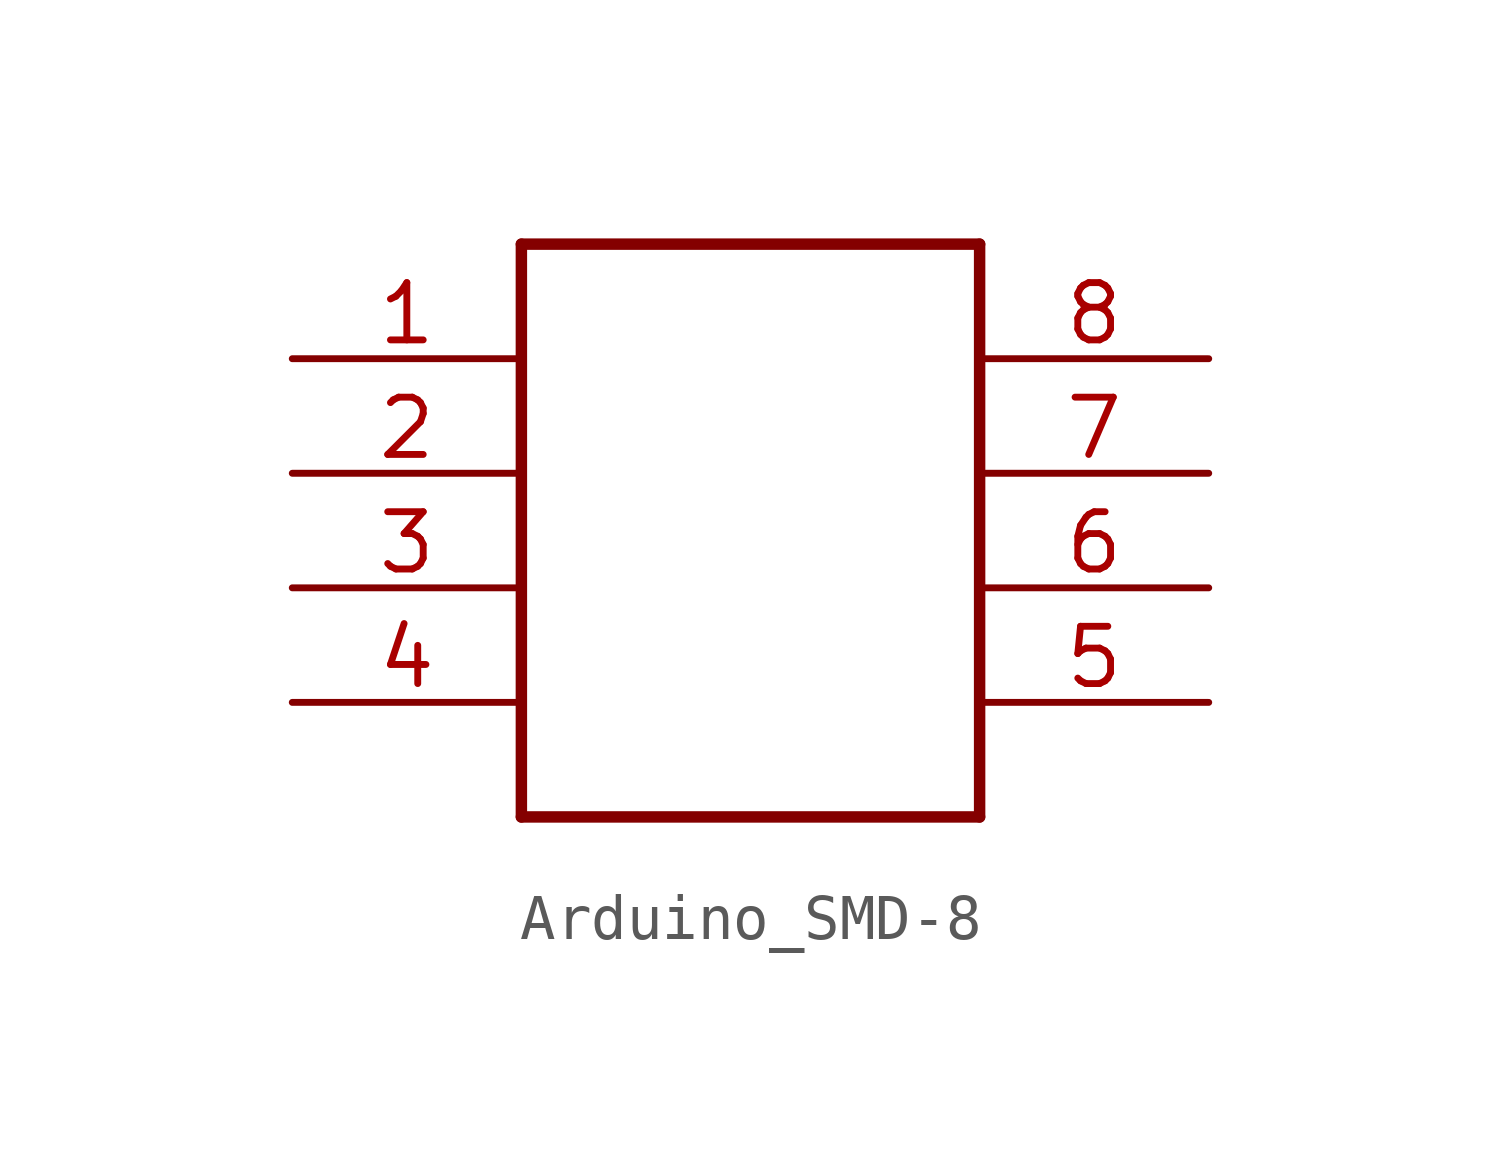
<source format=kicad_sym>
(kicad_symbol_lib
  (version 20220914)
  (generator kicad_symbol_editor)
  (symbol "Arduino_SMD-8"
    (property "Reference" "IC"
      (at 0 0 0)
      (effects (font (size 1.27 1.27)) hide))
    (property "ki_locked" ""
      (at 0 0 0)
      (effects (font (size 1.27 1.27))))
    (symbol "Arduino_SMD-8_1_0"
      (polyline (pts (xy -5.08 -5.08) (xy -5.08 7.62)) (stroke (width 0.254) (type solid)) (fill (type none)))
      (polyline (pts (xy -5.08 7.62) (xy 5.08 7.62)) (stroke (width 0.254) (type solid)) (fill (type none)))
      (polyline (pts (xy 5.08 -5.08) (xy -5.08 -5.08)) (stroke (width 0.254) (type solid)) (fill (type none)))
      (polyline (pts (xy 5.08 7.62) (xy 5.08 -5.08)) (stroke (width 0.254) (type solid)) (fill (type none)))
      (pin bidirectional line (at -10.16 5.08 0) (length 5.08) (name "1" (effects (font (size 0 0)))) (number "1" (effects (font (size 1.27 1.27)))))
      (pin bidirectional line (at -10.16 2.54 0) (length 5.08) (name "2" (effects (font (size 0 0)))) (number "2" (effects (font (size 1.27 1.27)))))
      (pin bidirectional line (at -10.16 0 0) (length 5.08) (name "3" (effects (font (size 0 0)))) (number "3" (effects (font (size 1.27 1.27)))))
      (pin bidirectional line (at -10.16 -2.54 0) (length 5.08) (name "4" (effects (font (size 0 0)))) (number "4" (effects (font (size 1.27 1.27)))))
      (pin bidirectional line (at 10.16 -2.54 180) (length 5.08) (name "5" (effects (font (size 0 0)))) (number "5" (effects (font (size 1.27 1.27)))))
      (pin bidirectional line (at 10.16 0 180) (length 5.08) (name "6" (effects (font (size 0 0)))) (number "6" (effects (font (size 1.27 1.27)))))
      (pin bidirectional line (at 10.16 2.54 180) (length 5.08) (name "7" (effects (font (size 0 0)))) (number "7" (effects (font (size 1.27 1.27)))))
      (pin bidirectional line (at 10.16 5.08 180) (length 5.08) (name "8" (effects (font (size 0 0)))) (number "8" (effects (font (size 1.27 1.27))))))))
</source>
